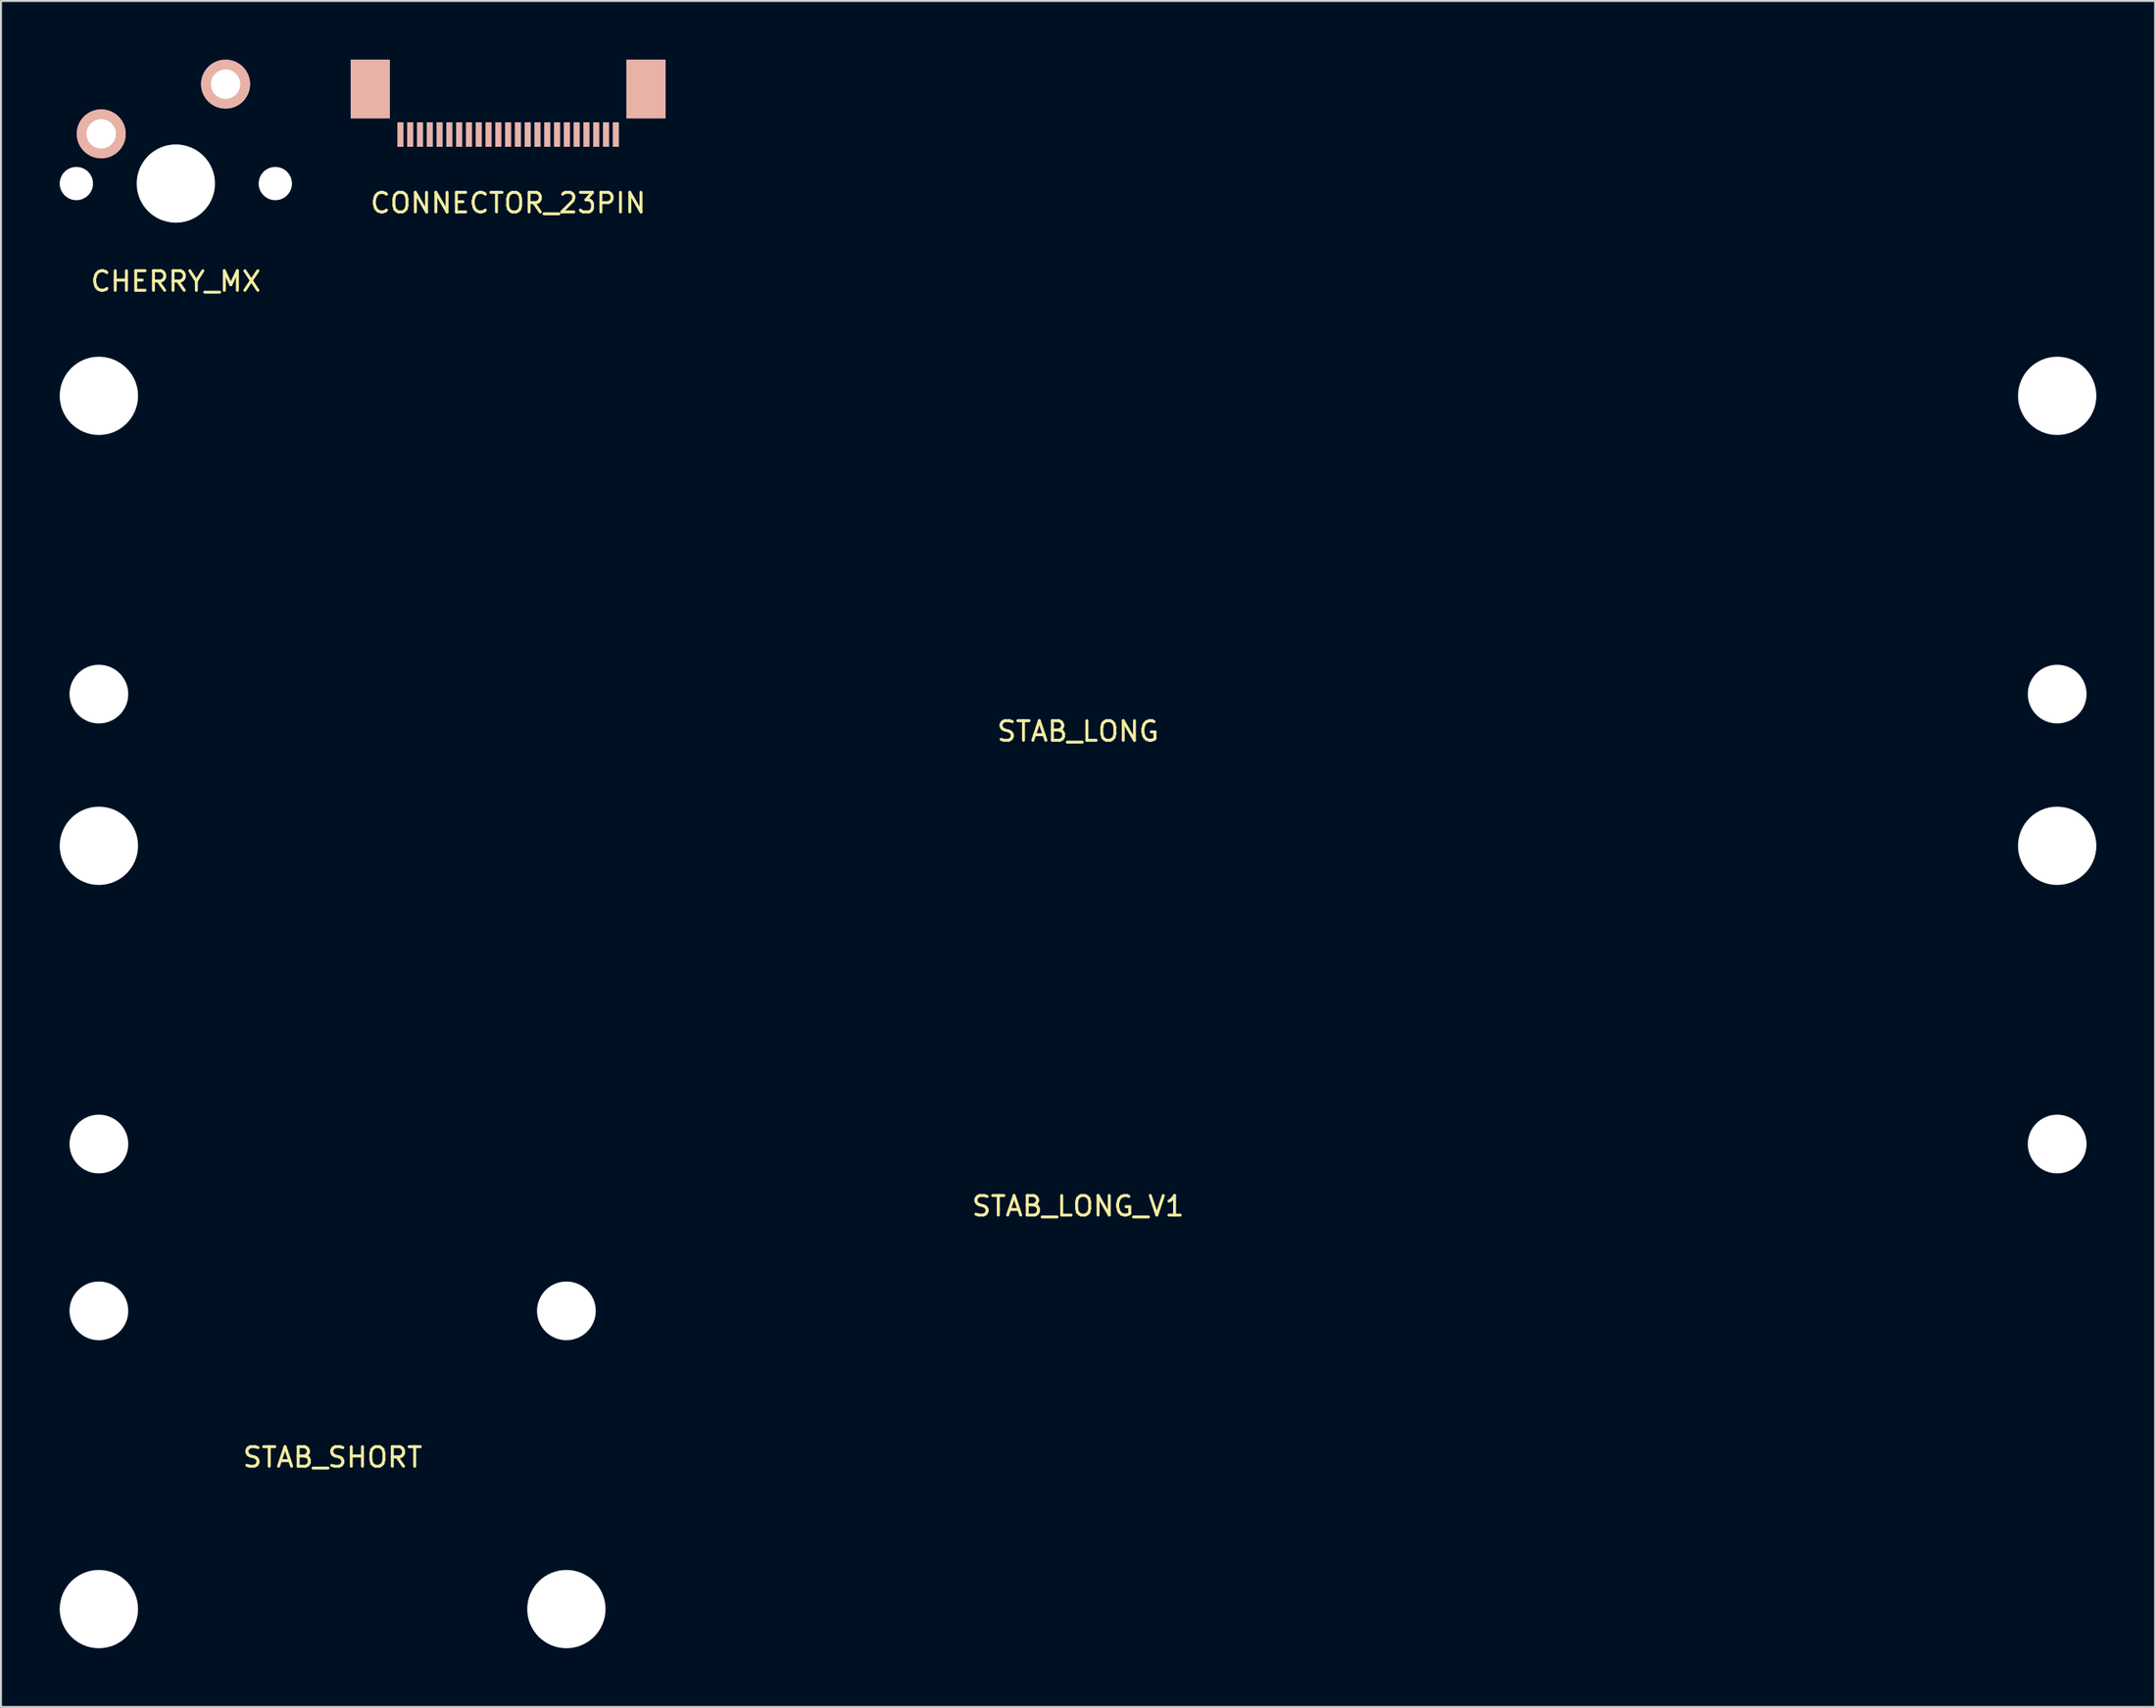
<source format=kicad_pcb>
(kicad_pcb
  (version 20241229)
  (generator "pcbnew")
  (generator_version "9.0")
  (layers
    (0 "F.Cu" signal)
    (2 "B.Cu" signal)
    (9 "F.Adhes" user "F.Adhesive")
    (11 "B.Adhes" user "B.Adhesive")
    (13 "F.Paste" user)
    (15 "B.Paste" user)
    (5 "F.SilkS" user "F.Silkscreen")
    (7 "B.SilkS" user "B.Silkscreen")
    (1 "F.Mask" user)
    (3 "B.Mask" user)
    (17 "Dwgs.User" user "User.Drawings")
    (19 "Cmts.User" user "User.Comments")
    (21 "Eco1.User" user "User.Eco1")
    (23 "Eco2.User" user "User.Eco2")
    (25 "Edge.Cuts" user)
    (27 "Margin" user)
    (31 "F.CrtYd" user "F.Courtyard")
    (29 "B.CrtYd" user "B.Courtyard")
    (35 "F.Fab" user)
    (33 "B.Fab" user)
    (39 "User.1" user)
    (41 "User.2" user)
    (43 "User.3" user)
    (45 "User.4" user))
  (footprint "CHERRY_MX"
    (layer "F.Cu")
    (at 5.93 6.33)
    (property "Reference" "CHERRY_MX" (at 0 5 0) (layer "F.SilkS") (effects (font (size 1 1) (thickness 0.15))))
    (attr through_hole)
    (pad "" np_thru_hole circle (at -5.08 0) (size 1.7 1.7) (drill 1.7) (layers "*.Cu" "*.Mask"))
    (pad "" np_thru_hole circle (at 0 0) (size 4 4) (drill 4) (layers "*.Cu" "*.Mask"))
    (pad "" np_thru_hole circle (at 5.08 0) (size 1.7 1.7) (drill 1.7) (layers "*.Cu" "*.Mask"))
    (pad "1" thru_hole circle (at -3.81 -2.54) (size 2.5 2.5) (drill 1.5) (layers "*.Cu" "*.Mask" "B.SilkS"))
    (pad "2" thru_hole circle (at 2.54 -5.08) (size 2.5 2.5) (drill 1.5) (layers "*.Cu" "*.Mask" "B.SilkS")))
  (footprint "STAB_SHORT"
    (layer "F.Cu")
    (at 13.938 70.92)
    (property "Reference" "STAB_SHORT" (at 0 0.5 0) (layer "F.SilkS") (effects (font (size 1 1) (thickness 0.15))))
    (attr through_hole)
    (pad "" np_thru_hole circle (at -11.938 -6.985) (size 3 3) (drill 3) (layers "*.Cu" "*.Mask"))
    (pad "" np_thru_hole circle (at -11.938 8.255) (size 4 4) (drill 4) (layers "*.Cu" "*.Mask"))
    (pad "" np_thru_hole circle (at 11.938 -6.985) (size 3 3) (drill 3) (layers "*.Cu" "*.Mask"))
    (pad "" np_thru_hole circle (at 11.938 8.255) (size 4 4) (drill 4) (layers "*.Cu" "*.Mask")))
  (footprint "STAB_LONG_V1"
    (layer "F.Cu")
    (at 52.006 48.426)
    (property "Reference" "STAB_LONG_V1" (at 0 10.16 0) (layer "F.SilkS") (effects (font (size 1 1) (thickness 0.15))))
    (attr through_hole)
    (pad "" np_thru_hole circle (at -50.006 -8.255) (size 4 4) (drill 4) (layers "*.Cu" "*.Mask"))
    (pad "" np_thru_hole circle (at -50.006 6.985) (size 3 3) (drill 3) (layers "*.Cu" "*.Mask"))
    (pad "" np_thru_hole circle (at 50.006 -8.255) (size 4 4) (drill 4) (layers "*.Cu" "*.Mask"))
    (pad "" np_thru_hole circle (at 50.006 6.985) (size 3 3) (drill 3) (layers "*.Cu" "*.Mask")))
  (footprint "STAB_LONG"
    (layer "F.Cu")
    (at 52.006 24.163)
    (property "Reference" "STAB_LONG" (at 0 10.16 0) (layer "F.SilkS") (effects (font (size 1 1) (thickness 0.15))))
    (attr through_hole)
    (pad "" np_thru_hole circle (at -50.006 -6.985) (size 4 4) (drill 4) (layers "*.Cu" "*.Mask"))
    (pad "" np_thru_hole circle (at -50.006 8.255) (size 3 3) (drill 3) (layers "*.Cu" "*.Mask"))
    (pad "" np_thru_hole circle (at 50.006 -6.985) (size 4 4) (drill 4) (layers "*.Cu" "*.Mask"))
    (pad "" np_thru_hole circle (at 50.006 8.255) (size 3 3) (drill 3) (layers "*.Cu" "*.Mask")))
  (footprint "CONNECTOR_23PIN"
    (layer "F.Cu")
    (at 22.9 3.825)
    (property "Reference" "CONNECTOR_23PIN" (at 0 3.5 0) (layer "F.SilkS") (effects (font (size 1 1) (thickness 0.15))))
    (attr through_hole)
    (pad "" smd rect (at -7.04 -2.325) (size 2 3) (layers "B.Cu" "B.Mask" "B.SilkS" "B.Paste"))
    (pad "" smd rect (at 7.04 -2.325) (size 2 3) (layers "B.Cu" "B.Mask" "B.SilkS" "B.Paste"))
    (pad "1" smd rect (at -5.5 0) (size 0.3 1.25) (layers "B.Cu" "B.Mask" "B.SilkS" "B.Paste"))
    (pad "2" smd rect (at -5 0) (size 0.3 1.25) (layers "B.Cu" "B.Mask" "B.SilkS" "B.Paste"))
    (pad "3" smd rect (at -4.5 0) (size 0.3 1.25) (layers "B.Cu" "B.Mask" "B.SilkS" "B.Paste"))
    (pad "4" smd rect (at -4 0) (size 0.3 1.25) (layers "B.Cu" "B.Mask" "B.SilkS" "B.Paste"))
    (pad "5" smd rect (at -3.5 0) (size 0.3 1.25) (layers "B.Cu" "B.Mask" "B.SilkS" "B.Paste"))
    (pad "6" smd rect (at -3 0) (size 0.3 1.25) (layers "B.Cu" "B.Mask" "B.SilkS" "B.Paste"))
    (pad "7" smd rect (at -2.5 0) (size 0.3 1.25) (layers "B.Cu" "B.Mask" "B.SilkS" "B.Paste"))
    (pad "8" smd rect (at -2 0) (size 0.3 1.25) (layers "B.Cu" "B.Mask" "B.SilkS" "B.Paste"))
    (pad "9" smd rect (at -1.5 0) (size 0.3 1.25) (layers "B.Cu" "B.Mask" "B.SilkS" "B.Paste"))
    (pad "10" smd rect (at -1 0) (size 0.3 1.25) (layers "B.Cu" "B.Mask" "B.SilkS" "B.Paste"))
    (pad "11" smd rect (at -0.5 0) (size 0.3 1.25) (layers "B.Cu" "B.Mask" "B.SilkS" "B.Paste"))
    (pad "12" smd rect (at 0 0) (size 0.3 1.25) (layers "B.Cu" "B.Mask" "B.SilkS" "B.Paste"))
    (pad "13" smd rect (at 0.5 0) (size 0.3 1.25) (layers "B.Cu" "B.Mask" "B.SilkS" "B.Paste"))
    (pad "14" smd rect (at 1 0) (size 0.3 1.25) (layers "B.Cu" "B.Mask" "B.SilkS" "B.Paste"))
    (pad "15" smd rect (at 1.5 0) (size 0.3 1.25) (layers "B.Cu" "B.Mask" "B.SilkS" "B.Paste"))
    (pad "16" smd rect (at 2 0) (size 0.3 1.25) (layers "B.Cu" "B.Mask" "B.SilkS" "B.Paste"))
    (pad "17" smd rect (at 2.5 0) (size 0.3 1.25) (layers "B.Cu" "B.Mask" "B.SilkS" "B.Paste"))
    (pad "18" smd rect (at 3 0) (size 0.3 1.25) (layers "B.Cu" "B.Mask" "B.SilkS" "B.Paste"))
    (pad "19" smd rect (at 3.5 0) (size 0.3 1.25) (layers "B.Cu" "B.Mask" "B.SilkS" "B.Paste"))
    (pad "20" smd rect (at 4 0) (size 0.3 1.25) (layers "B.Cu" "B.Mask" "B.SilkS" "B.Paste"))
    (pad "21" smd rect (at 4.5 0) (size 0.3 1.25) (layers "B.Cu" "B.Mask" "B.SilkS" "B.Paste"))
    (pad "22" smd rect (at 5 0) (size 0.3 1.25) (layers "B.Cu" "B.Mask" "B.SilkS" "B.Paste"))
    (pad "23" smd rect (at 5.5 0) (size 0.3 1.25) (layers "B.Cu" "B.Mask" "B.SilkS" "B.Paste")))
  (gr_rect
    (start -3 -3)
    (end 107.013 84.175)
    (stroke (width 0.1) (type default))
    (fill no)
    (layer "Edge.Cuts")))
</source>
